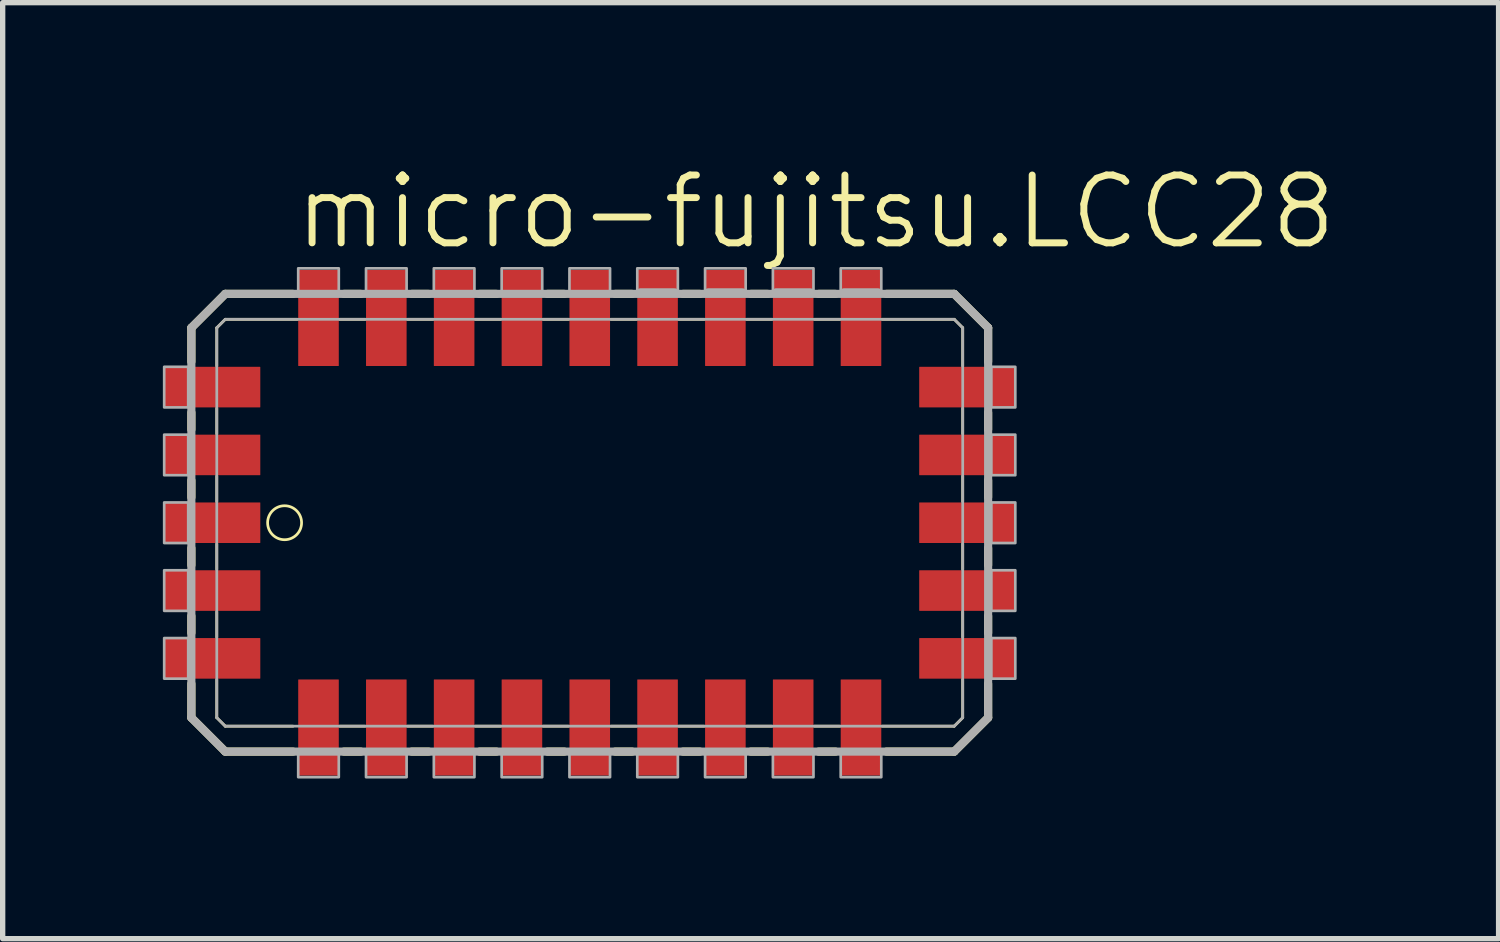
<source format=kicad_pcb>
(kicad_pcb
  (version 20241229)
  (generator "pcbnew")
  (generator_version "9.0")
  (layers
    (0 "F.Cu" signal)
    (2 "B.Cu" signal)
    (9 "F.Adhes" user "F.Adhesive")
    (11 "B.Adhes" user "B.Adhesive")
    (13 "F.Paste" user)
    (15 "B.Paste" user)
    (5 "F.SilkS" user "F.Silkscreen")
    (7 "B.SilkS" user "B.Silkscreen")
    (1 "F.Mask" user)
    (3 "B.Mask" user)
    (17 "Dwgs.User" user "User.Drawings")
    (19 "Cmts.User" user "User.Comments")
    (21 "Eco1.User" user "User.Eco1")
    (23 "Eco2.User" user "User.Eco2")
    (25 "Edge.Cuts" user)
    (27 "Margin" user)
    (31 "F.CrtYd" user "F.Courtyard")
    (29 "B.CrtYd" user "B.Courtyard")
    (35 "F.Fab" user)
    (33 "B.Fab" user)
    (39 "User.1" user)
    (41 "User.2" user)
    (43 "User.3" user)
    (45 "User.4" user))
  (footprint "micro-fujitsu.LCC28"
    (layer "F.Cu")
    (at 7.995 7.375)
    (property "Reference" "micro-fujitsu.LCC28" (at -5.588 -5.715 0) (layer "F.SilkS") (effects (font (size 1.27 1.27) (thickness 0.13)) (justify left bottom)))
    (attr smd)
    (fp_line (start -7.461 -4.286) (end -7.461 -3.651) (stroke (width 0.152) (type default)) (layer "F.SilkS"))
    (fp_line (start -7.461 -2.699) (end -7.461 -2.381) (stroke (width 0.152) (type default)) (layer "F.SilkS"))
    (fp_line (start -7.461 -1.429) (end -7.461 -1.111) (stroke (width 0.152) (type default)) (layer "F.SilkS"))
    (fp_line (start -7.461 -0.159) (end -7.461 0.159) (stroke (width 0.152) (type default)) (layer "F.SilkS"))
    (fp_line (start -7.461 1.111) (end -7.461 1.429) (stroke (width 0.152) (type default)) (layer "F.SilkS"))
    (fp_line (start -7.461 2.381) (end -7.461 3.016) (stroke (width 0.152) (type default)) (layer "F.SilkS"))
    (fp_line (start -7.461 3.016) (end -6.826 3.651) (stroke (width 0.152) (type default)) (layer "F.SilkS"))
    (fp_line (start -6.985 -4.286) (end -6.826 -4.445) (stroke (width 0.051) (type default)) (layer "F.SilkS"))
    (fp_line (start -6.985 -3.572) (end -6.985 -4.286) (stroke (width 0.051) (type default)) (layer "F.SilkS"))
    (fp_line (start -6.985 -2.302) (end -6.985 -2.778) (stroke (width 0.051) (type default)) (layer "F.SilkS"))
    (fp_line (start -6.985 -1.032) (end -6.985 -1.508) (stroke (width 0.051) (type default)) (layer "F.SilkS"))
    (fp_line (start -6.985 0.238) (end -6.985 -0.238) (stroke (width 0.051) (type default)) (layer "F.SilkS"))
    (fp_line (start -6.985 1.508) (end -6.985 1.032) (stroke (width 0.051) (type default)) (layer "F.SilkS"))
    (fp_line (start -6.985 3.016) (end -6.985 2.302) (stroke (width 0.051) (type default)) (layer "F.SilkS"))
    (fp_line (start -6.826 -4.921) (end -7.461 -4.286) (stroke (width 0.152) (type default)) (layer "F.SilkS"))
    (fp_line (start -6.826 -4.445) (end -5.477 -4.445) (stroke (width 0.051) (type default)) (layer "F.SilkS"))
    (fp_line (start -6.826 3.175) (end -6.985 3.016) (stroke (width 0.051) (type default)) (layer "F.SilkS"))
    (fp_line (start -6.826 3.651) (end -5.556 3.651) (stroke (width 0.152) (type default)) (layer "F.SilkS"))
    (fp_line (start -5.556 -4.921) (end -6.826 -4.921) (stroke (width 0.152) (type default)) (layer "F.SilkS"))
    (fp_line (start -5.556 3.175) (end -6.826 3.175) (stroke (width 0.051) (type default)) (layer "F.SilkS"))
    (fp_line (start -4.683 -4.445) (end -4.207 -4.445) (stroke (width 0.051) (type default)) (layer "F.SilkS"))
    (fp_line (start -4.604 3.651) (end -4.286 3.651) (stroke (width 0.152) (type default)) (layer "F.SilkS"))
    (fp_line (start -4.286 -4.921) (end -4.604 -4.921) (stroke (width 0.152) (type default)) (layer "F.SilkS"))
    (fp_line (start -4.207 3.175) (end -4.683 3.175) (stroke (width 0.051) (type default)) (layer "F.SilkS"))
    (fp_line (start -3.413 -4.445) (end -2.937 -4.445) (stroke (width 0.051) (type default)) (layer "F.SilkS"))
    (fp_line (start -3.334 3.651) (end -3.016 3.651) (stroke (width 0.152) (type default)) (layer "F.SilkS"))
    (fp_line (start -3.016 -4.921) (end -3.334 -4.921) (stroke (width 0.152) (type default)) (layer "F.SilkS"))
    (fp_line (start -2.937 3.175) (end -3.413 3.175) (stroke (width 0.051) (type default)) (layer "F.SilkS"))
    (fp_line (start -2.143 -4.445) (end -1.667 -4.445) (stroke (width 0.051) (type default)) (layer "F.SilkS"))
    (fp_line (start -2.064 3.651) (end -1.746 3.651) (stroke (width 0.152) (type default)) (layer "F.SilkS"))
    (fp_line (start -1.746 -4.921) (end -2.064 -4.921) (stroke (width 0.152) (type default)) (layer "F.SilkS"))
    (fp_line (start -1.667 3.175) (end -2.143 3.175) (stroke (width 0.051) (type default)) (layer "F.SilkS"))
    (fp_line (start -0.873 -4.445) (end -0.397 -4.445) (stroke (width 0.051) (type default)) (layer "F.SilkS"))
    (fp_line (start -0.794 3.651) (end -0.476 3.651) (stroke (width 0.152) (type default)) (layer "F.SilkS"))
    (fp_line (start -0.476 -4.921) (end -0.794 -4.921) (stroke (width 0.152) (type default)) (layer "F.SilkS"))
    (fp_line (start -0.397 3.175) (end -0.873 3.175) (stroke (width 0.051) (type default)) (layer "F.SilkS"))
    (fp_line (start 0.397 -4.445) (end 0.873 -4.445) (stroke (width 0.051) (type default)) (layer "F.SilkS"))
    (fp_line (start 0.476 3.651) (end 0.794 3.651) (stroke (width 0.152) (type default)) (layer "F.SilkS"))
    (fp_line (start 0.794 -4.921) (end 0.476 -4.921) (stroke (width 0.152) (type default)) (layer "F.SilkS"))
    (fp_line (start 0.873 3.175) (end 0.397 3.175) (stroke (width 0.051) (type default)) (layer "F.SilkS"))
    (fp_line (start 1.667 -4.445) (end 2.143 -4.445) (stroke (width 0.051) (type default)) (layer "F.SilkS"))
    (fp_line (start 1.746 3.651) (end 2.064 3.651) (stroke (width 0.152) (type default)) (layer "F.SilkS"))
    (fp_line (start 2.064 -4.921) (end 1.746 -4.921) (stroke (width 0.152) (type default)) (layer "F.SilkS"))
    (fp_line (start 2.143 3.175) (end 1.667 3.175) (stroke (width 0.051) (type default)) (layer "F.SilkS"))
    (fp_line (start 2.937 -4.445) (end 3.413 -4.445) (stroke (width 0.051) (type default)) (layer "F.SilkS"))
    (fp_line (start 3.016 3.651) (end 3.334 3.651) (stroke (width 0.152) (type default)) (layer "F.SilkS"))
    (fp_line (start 3.334 -4.921) (end 3.016 -4.921) (stroke (width 0.152) (type default)) (layer "F.SilkS"))
    (fp_line (start 3.413 3.175) (end 2.937 3.175) (stroke (width 0.051) (type default)) (layer "F.SilkS"))
    (fp_line (start 4.207 -4.445) (end 4.683 -4.445) (stroke (width 0.051) (type default)) (layer "F.SilkS"))
    (fp_line (start 4.286 3.651) (end 4.604 3.651) (stroke (width 0.152) (type default)) (layer "F.SilkS"))
    (fp_line (start 4.604 -4.921) (end 4.286 -4.921) (stroke (width 0.152) (type default)) (layer "F.SilkS"))
    (fp_line (start 4.683 3.175) (end 4.207 3.175) (stroke (width 0.051) (type default)) (layer "F.SilkS"))
    (fp_line (start 5.477 -4.445) (end 6.826 -4.445) (stroke (width 0.051) (type default)) (layer "F.SilkS"))
    (fp_line (start 5.556 3.651) (end 6.826 3.651) (stroke (width 0.152) (type default)) (layer "F.SilkS"))
    (fp_line (start 6.826 -4.921) (end 5.556 -4.921) (stroke (width 0.152) (type default)) (layer "F.SilkS"))
    (fp_line (start 6.826 -4.445) (end 6.985 -4.286) (stroke (width 0.051) (type default)) (layer "F.SilkS"))
    (fp_line (start 6.826 3.175) (end 5.477 3.175) (stroke (width 0.051) (type default)) (layer "F.SilkS"))
    (fp_line (start 6.826 3.651) (end 7.461 3.016) (stroke (width 0.152) (type default)) (layer "F.SilkS"))
    (fp_line (start 6.985 -4.286) (end 6.985 -3.572) (stroke (width 0.051) (type default)) (layer "F.SilkS"))
    (fp_line (start 6.985 -2.778) (end 6.985 -2.302) (stroke (width 0.051) (type default)) (layer "F.SilkS"))
    (fp_line (start 6.985 -1.508) (end 6.985 -1.032) (stroke (width 0.051) (type default)) (layer "F.SilkS"))
    (fp_line (start 6.985 -0.238) (end 6.985 0.238) (stroke (width 0.051) (type default)) (layer "F.SilkS"))
    (fp_line (start 6.985 1.032) (end 6.985 1.508) (stroke (width 0.051) (type default)) (layer "F.SilkS"))
    (fp_line (start 6.985 2.302) (end 6.985 3.016) (stroke (width 0.051) (type default)) (layer "F.SilkS"))
    (fp_line (start 6.985 3.016) (end 6.826 3.175) (stroke (width 0.051) (type default)) (layer "F.SilkS"))
    (fp_line (start 7.461 -4.286) (end 6.826 -4.921) (stroke (width 0.152) (type default)) (layer "F.SilkS"))
    (fp_line (start 7.461 -3.651) (end 7.461 -4.286) (stroke (width 0.152) (type default)) (layer "F.SilkS"))
    (fp_line (start 7.461 -2.381) (end 7.461 -2.699) (stroke (width 0.152) (type default)) (layer "F.SilkS"))
    (fp_line (start 7.461 -1.111) (end 7.461 -1.429) (stroke (width 0.152) (type default)) (layer "F.SilkS"))
    (fp_line (start 7.461 0.159) (end 7.461 -0.159) (stroke (width 0.152) (type default)) (layer "F.SilkS"))
    (fp_line (start 7.461 1.429) (end 7.461 1.111) (stroke (width 0.152) (type default)) (layer "F.SilkS"))
    (fp_line (start 7.461 3.016) (end 7.461 2.381) (stroke (width 0.152) (type default)) (layer "F.SilkS"))
    (fp_circle (center -5.715 -0.635) (end -5.397 -0.635) (stroke (width 0.051) (type default)) (fill no) (layer "F.SilkS"))
    (fp_line (start -7.461 -4.286) (end -7.461 3.016) (stroke (width 0.152) (type default)) (layer "F.Fab"))
    (fp_line (start -7.461 3.016) (end -6.826 3.651) (stroke (width 0.152) (type default)) (layer "F.Fab"))
    (fp_line (start -6.985 -4.286) (end -6.826 -4.445) (stroke (width 0.051) (type default)) (layer "F.Fab"))
    (fp_line (start -6.985 3.016) (end -6.985 -4.286) (stroke (width 0.051) (type default)) (layer "F.Fab"))
    (fp_line (start -6.826 -4.921) (end -7.461 -4.286) (stroke (width 0.152) (type default)) (layer "F.Fab"))
    (fp_line (start -6.826 -4.445) (end 6.826 -4.445) (stroke (width 0.051) (type default)) (layer "F.Fab"))
    (fp_line (start -6.826 3.175) (end -6.985 3.016) (stroke (width 0.051) (type default)) (layer "F.Fab"))
    (fp_line (start -6.826 3.651) (end 6.826 3.651) (stroke (width 0.152) (type default)) (layer "F.Fab"))
    (fp_line (start 0.95 -4.95) (end 1.59 -4.95) (stroke (width 0.152) (type default)) (layer "F.Fab"))
    (fp_line (start 2.22 -4.95) (end 2.86 -4.95) (stroke (width 0.152) (type default)) (layer "F.Fab"))
    (fp_line (start 3.49 -4.95) (end 4.13 -4.95) (stroke (width 0.152) (type default)) (layer "F.Fab"))
    (fp_line (start 4.76 -4.95) (end 5.4 -4.95) (stroke (width 0.152) (type default)) (layer "F.Fab"))
    (fp_line (start 6.826 -4.921) (end -6.826 -4.921) (stroke (width 0.152) (type default)) (layer "F.Fab"))
    (fp_line (start 6.826 -4.445) (end 6.985 -4.286) (stroke (width 0.051) (type default)) (layer "F.Fab"))
    (fp_line (start 6.826 3.175) (end -6.826 3.175) (stroke (width 0.051) (type default)) (layer "F.Fab"))
    (fp_line (start 6.826 3.651) (end 7.461 3.016) (stroke (width 0.152) (type default)) (layer "F.Fab"))
    (fp_line (start 6.985 -4.286) (end 6.985 3.016) (stroke (width 0.051) (type default)) (layer "F.Fab"))
    (fp_line (start 6.985 3.016) (end 6.826 3.175) (stroke (width 0.051) (type default)) (layer "F.Fab"))
    (fp_line (start 7.461 -4.286) (end 6.826 -4.921) (stroke (width 0.152) (type default)) (layer "F.Fab"))
    (fp_line (start 7.461 3.016) (end 7.461 -4.286) (stroke (width 0.152) (type default)) (layer "F.Fab"))
    (fp_rect (start -7.97 -2.795) (end -7.52 -3.555) (stroke (width 0.05) (type default)) (fill no) (layer "F.Fab"))
    (fp_rect (start -7.97 -1.525) (end -7.52 -2.285) (stroke (width 0.05) (type default)) (fill no) (layer "F.Fab"))
    (fp_rect (start -7.97 -0.255) (end -7.52 -1.015) (stroke (width 0.05) (type default)) (fill no) (layer "F.Fab"))
    (fp_rect (start -7.97 1.015) (end -7.52 0.255) (stroke (width 0.05) (type default)) (fill no) (layer "F.Fab"))
    (fp_rect (start -7.97 2.285) (end -7.52 1.525) (stroke (width 0.05) (type default)) (fill no) (layer "F.Fab"))
    (fp_rect (start -5.46 -4.95) (end -4.7 -5.4) (stroke (width 0.05) (type default)) (fill no) (layer "F.Fab"))
    (fp_rect (start -5.46 4.13) (end -4.7 3.68) (stroke (width 0.05) (type default)) (fill no) (layer "F.Fab"))
    (fp_rect (start -4.19 -4.95) (end -3.43 -5.4) (stroke (width 0.05) (type default)) (fill no) (layer "F.Fab"))
    (fp_rect (start -4.19 4.13) (end -3.43 3.68) (stroke (width 0.05) (type default)) (fill no) (layer "F.Fab"))
    (fp_rect (start -2.92 -4.95) (end -2.16 -5.4) (stroke (width 0.05) (type default)) (fill no) (layer "F.Fab"))
    (fp_rect (start -2.92 4.13) (end -2.16 3.68) (stroke (width 0.05) (type default)) (fill no) (layer "F.Fab"))
    (fp_rect (start -1.65 -4.95) (end -0.89 -5.4) (stroke (width 0.05) (type default)) (fill no) (layer "F.Fab"))
    (fp_rect (start -1.65 4.13) (end -0.89 3.68) (stroke (width 0.05) (type default)) (fill no) (layer "F.Fab"))
    (fp_rect (start -0.38 -4.95) (end 0.38 -5.4) (stroke (width 0.05) (type default)) (fill no) (layer "F.Fab"))
    (fp_rect (start -0.38 4.13) (end 0.38 3.68) (stroke (width 0.05) (type default)) (fill no) (layer "F.Fab"))
    (fp_rect (start 0.89 -4.95) (end 1.65 -5.4) (stroke (width 0.05) (type default)) (fill no) (layer "F.Fab"))
    (fp_rect (start 0.89 4.13) (end 1.65 3.68) (stroke (width 0.05) (type default)) (fill no) (layer "F.Fab"))
    (fp_rect (start 2.16 -4.95) (end 2.92 -5.4) (stroke (width 0.05) (type default)) (fill no) (layer "F.Fab"))
    (fp_rect (start 2.16 4.13) (end 2.92 3.68) (stroke (width 0.05) (type default)) (fill no) (layer "F.Fab"))
    (fp_rect (start 3.43 -4.95) (end 4.19 -5.4) (stroke (width 0.05) (type default)) (fill no) (layer "F.Fab"))
    (fp_rect (start 3.43 4.13) (end 4.19 3.68) (stroke (width 0.05) (type default)) (fill no) (layer "F.Fab"))
    (fp_rect (start 4.7 -4.95) (end 5.46 -5.4) (stroke (width 0.05) (type default)) (fill no) (layer "F.Fab"))
    (fp_rect (start 4.7 4.13) (end 5.46 3.68) (stroke (width 0.05) (type default)) (fill no) (layer "F.Fab"))
    (fp_rect (start 7.52 -2.795) (end 7.97 -3.555) (stroke (width 0.05) (type default)) (fill no) (layer "F.Fab"))
    (fp_rect (start 7.52 -1.525) (end 7.97 -2.285) (stroke (width 0.05) (type default)) (fill no) (layer "F.Fab"))
    (fp_rect (start 7.52 -0.255) (end 7.97 -1.015) (stroke (width 0.05) (type default)) (fill no) (layer "F.Fab"))
    (fp_rect (start 7.52 1.015) (end 7.97 0.255) (stroke (width 0.05) (type default)) (fill no) (layer "F.Fab"))
    (fp_rect (start 7.52 2.285) (end 7.97 1.525) (stroke (width 0.05) (type default)) (fill no) (layer "F.Fab"))
    (pad "1" smd roundrect (at -7.07 -0.635) (size 1.8 0.76) (layers "F.Cu" "F.Mask" "F.Paste") (roundrect_rratio 0.01))
    (pad "2" smd roundrect (at -7.07 0.635) (size 1.8 0.76) (layers "F.Cu" "F.Mask" "F.Paste") (roundrect_rratio 0.01))
    (pad "3" smd roundrect (at -7.07 1.905) (size 1.8 0.76) (layers "F.Cu" "F.Mask" "F.Paste") (roundrect_rratio 0.01))
    (pad "4" smd roundrect (at -5.08 3.2) (size 0.76 1.8) (layers "F.Cu" "F.Mask" "F.Paste") (roundrect_rratio 0.01))
    (pad "5" smd roundrect (at -3.81 3.2) (size 0.76 1.8) (layers "F.Cu" "F.Mask" "F.Paste") (roundrect_rratio 0.01))
    (pad "6" smd roundrect (at -2.54 3.2) (size 0.76 1.8) (layers "F.Cu" "F.Mask" "F.Paste") (roundrect_rratio 0.01))
    (pad "7" smd roundrect (at -1.27 3.2) (size 0.76 1.8) (layers "F.Cu" "F.Mask" "F.Paste") (roundrect_rratio 0.01))
    (pad "8" smd roundrect (at 0 3.2) (size 0.76 1.8) (layers "F.Cu" "F.Mask" "F.Paste") (roundrect_rratio 0.01))
    (pad "9" smd roundrect (at 1.27 3.2) (size 0.76 1.8) (layers "F.Cu" "F.Mask" "F.Paste") (roundrect_rratio 0.01))
    (pad "10" smd roundrect (at 2.54 3.2) (size 0.76 1.8) (layers "F.Cu" "F.Mask" "F.Paste") (roundrect_rratio 0.01))
    (pad "11" smd roundrect (at 3.81 3.2) (size 0.76 1.8) (layers "F.Cu" "F.Mask" "F.Paste") (roundrect_rratio 0.01))
    (pad "12" smd roundrect (at 5.08 3.2) (size 0.76 1.8) (layers "F.Cu" "F.Mask" "F.Paste") (roundrect_rratio 0.01))
    (pad "13" smd roundrect (at 7.07 1.905) (size 1.8 0.76) (layers "F.Cu" "F.Mask" "F.Paste") (roundrect_rratio 0.01))
    (pad "14" smd roundrect (at 7.07 0.635) (size 1.8 0.76) (layers "F.Cu" "F.Mask" "F.Paste") (roundrect_rratio 0.01))
    (pad "15" smd roundrect (at 7.07 -0.635) (size 1.8 0.76) (layers "F.Cu" "F.Mask" "F.Paste") (roundrect_rratio 0.01))
    (pad "16" smd roundrect (at 7.07 -1.905) (size 1.8 0.76) (layers "F.Cu" "F.Mask" "F.Paste") (roundrect_rratio 0.01))
    (pad "17" smd roundrect (at 7.07 -3.175) (size 1.8 0.76) (layers "F.Cu" "F.Mask" "F.Paste") (roundrect_rratio 0.01))
    (pad "18" smd roundrect (at 5.08 -4.47) (size 0.76 1.8) (layers "F.Cu" "F.Mask" "F.Paste") (roundrect_rratio 0.01))
    (pad "19" smd roundrect (at 3.81 -4.47) (size 0.76 1.8) (layers "F.Cu" "F.Mask" "F.Paste") (roundrect_rratio 0.01))
    (pad "20" smd roundrect (at 2.54 -4.47) (size 0.76 1.8) (layers "F.Cu" "F.Mask" "F.Paste") (roundrect_rratio 0.01))
    (pad "21" smd roundrect (at 1.27 -4.47) (size 0.76 1.8) (layers "F.Cu" "F.Mask" "F.Paste") (roundrect_rratio 0.01))
    (pad "22" smd roundrect (at 0 -4.47) (size 0.76 1.8) (layers "F.Cu" "F.Mask" "F.Paste") (roundrect_rratio 0.01))
    (pad "23" smd roundrect (at -1.27 -4.47) (size 0.76 1.8) (layers "F.Cu" "F.Mask" "F.Paste") (roundrect_rratio 0.01))
    (pad "24" smd roundrect (at -2.54 -4.47) (size 0.76 1.8) (layers "F.Cu" "F.Mask" "F.Paste") (roundrect_rratio 0.01))
    (pad "25" smd roundrect (at -3.81 -4.47) (size 0.76 1.8) (layers "F.Cu" "F.Mask" "F.Paste") (roundrect_rratio 0.01))
    (pad "26" smd roundrect (at -5.08 -4.47) (size 0.76 1.8) (layers "F.Cu" "F.Mask" "F.Paste") (roundrect_rratio 0.01))
    (pad "27" smd roundrect (at -7.07 -3.175) (size 1.8 0.76) (layers "F.Cu" "F.Mask" "F.Paste") (roundrect_rratio 0.01))
    (pad "28" smd roundrect (at -7.07 -1.905) (size 1.8 0.76) (layers "F.Cu" "F.Mask" "F.Paste") (roundrect_rratio 0.01)))
  (gr_rect
    (start -3 -3)
    (end 25.016 14.53)
    (stroke (width 0.1) (type default))
    (fill no)
    (layer "Edge.Cuts")))
</source>
